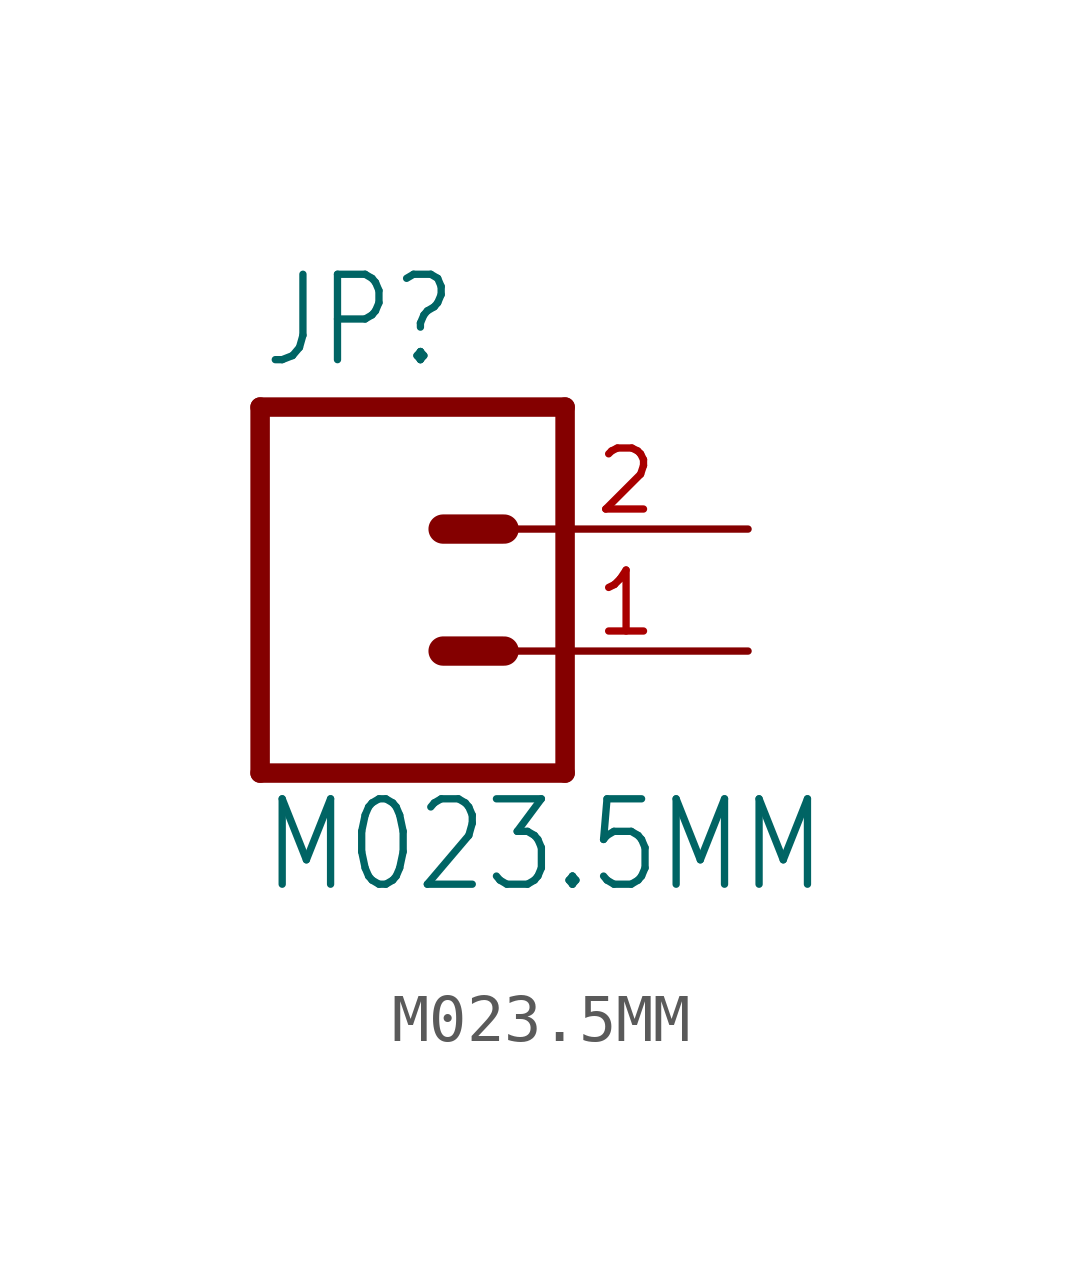
<source format=kicad_sym>
(kicad_symbol_lib
  (version 20211014)
  (generator kicad_symbol_editor)
  (symbol "M023.5MM"
    (property "Reference" "JP"
      (at -2.54 5.842 0)
      (effects (font (size 1.778 1.511)) (justify left bottom)))
    (property "Value" "M023.5MM"
      (at -2.54 -5.08 0)
      (effects (font (size 1.778 1.511)) (justify left bottom)))
    (property "ki_locked" ""
      (at 0 0 0)
      (effects (font (size 1.27 1.27))))
    (symbol "M023.5MM_1_0"
      (polyline (pts (xy -2.54 5.08) (xy -2.54 -2.54)) (stroke (width 0.406) (type default) (color 0 0 0 0)) (fill (type none)))
      (polyline (pts (xy -2.54 5.08) (xy 3.81 5.08)) (stroke (width 0.406) (type default) (color 0 0 0 0)) (fill (type none)))
      (polyline (pts (xy 1.27 0) (xy 2.54 0)) (stroke (width 0.61) (type default) (color 0 0 0 0)) (fill (type none)))
      (polyline (pts (xy 1.27 2.54) (xy 2.54 2.54)) (stroke (width 0.61) (type default) (color 0 0 0 0)) (fill (type none)))
      (polyline (pts (xy 3.81 -2.54) (xy -2.54 -2.54)) (stroke (width 0.406) (type default) (color 0 0 0 0)) (fill (type none)))
      (polyline (pts (xy 3.81 -2.54) (xy 3.81 5.08)) (stroke (width 0.406) (type default) (color 0 0 0 0)) (fill (type none)))
      (pin passive line (at 7.62 0 180) (length 5.08) (name "1" (effects (font (size 0 0)))) (number "1" (effects (font (size 1.27 1.27)))))
      (pin passive line (at 7.62 2.54 180) (length 5.08) (name "2" (effects (font (size 0 0)))) (number "2" (effects (font (size 1.27 1.27))))))))
</source>
